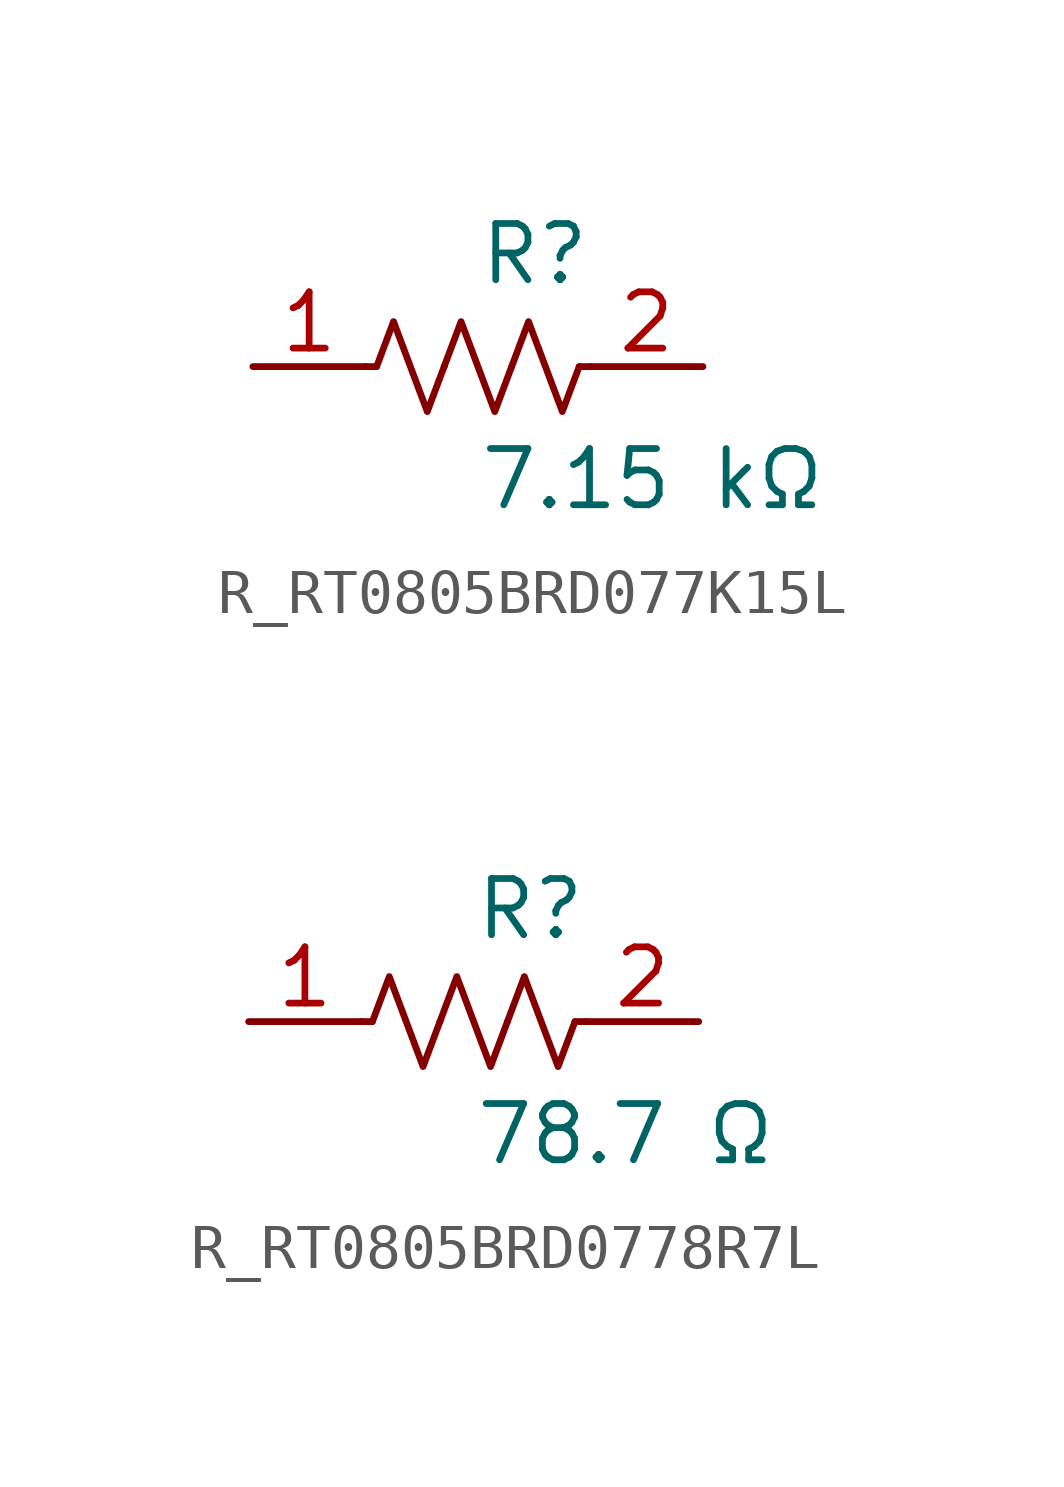
<source format=kicad_sym>
(kicad_symbol_lib
  (version 20231120)
  (generator kicad_symbol_editor)
  (generator_version 8.0)
  (symbol "R_RT0805BRD077K15L"
    (pin_names
      (offset 0.254))
    (property "Reference" "R"
      (at 0.0 2.54 0)
      (effects (font (size 1.27 1.27)) (justify left)))
    (property "Value" "7.15 kΩ"
      (at 0.0 -2.54 0)
      (effects (font (size 1.27 1.27)) (justify left)))
    (symbol "R_RT0805BRD077K15L_0_1"
      (polyline (pts (xy 2.286 0) (xy 2.54 0)) (stroke (width 0) (type default)) (fill (type none)))
      (polyline (pts (xy -2.286 0) (xy -2.54 0)) (stroke (width 0) (type default)) (fill (type none)))
      (polyline (pts (xy 0.762 0) (xy 1.143 1.016) (xy 1.524 0) (xy 1.905 -1.016) (xy 2.286 0)) (stroke (width 0) (type default)) (fill (type none)))
      (polyline (pts (xy -0.762 0) (xy -0.381 1.016) (xy 0 0) (xy 0.381 -1.016) (xy 0.762 0)) (stroke (width 0) (type default)) (fill (type none)))
      (polyline (pts (xy -2.286 0) (xy -1.905 1.016) (xy -1.524 0) (xy -1.143 -1.016) (xy -0.762 0)) (stroke (width 0) (type default)) (fill (type none))))
    (pin unspecified line
      (at -5.08 0 0)
      (length 2.54)
      (name "" (effects (font (size 1.27 1.27))))
      (number "1" (effects (font (size 1.27 1.27)))))
    (pin unspecified line
      (at 5.08 0 180)
      (length 2.54)
      (name "" (effects (font (size 1.27 1.27))))
      (number "2" (effects (font (size 1.27 1.27))))))
  (symbol "R_RT0805BRD0778R7L"
    (pin_names
      (offset 0.254))
    (property "Reference" "R"
      (at 0.0 2.54 0)
      (effects (font (size 1.27 1.27)) (justify left)))
    (property "Value" "78.7 Ω"
      (at 0.0 -2.54 0)
      (effects (font (size 1.27 1.27)) (justify left)))
    (symbol "R_RT0805BRD0778R7L_0_1"
      (polyline (pts (xy 2.286 0) (xy 2.54 0)) (stroke (width 0) (type default)) (fill (type none)))
      (polyline (pts (xy -2.286 0) (xy -2.54 0)) (stroke (width 0) (type default)) (fill (type none)))
      (polyline (pts (xy 0.762 0) (xy 1.143 1.016) (xy 1.524 0) (xy 1.905 -1.016) (xy 2.286 0)) (stroke (width 0) (type default)) (fill (type none)))
      (polyline (pts (xy -0.762 0) (xy -0.381 1.016) (xy 0 0) (xy 0.381 -1.016) (xy 0.762 0)) (stroke (width 0) (type default)) (fill (type none)))
      (polyline (pts (xy -2.286 0) (xy -1.905 1.016) (xy -1.524 0) (xy -1.143 -1.016) (xy -0.762 0)) (stroke (width 0) (type default)) (fill (type none))))
    (pin unspecified line
      (at -5.08 0 0)
      (length 2.54)
      (name "" (effects (font (size 1.27 1.27))))
      (number "1" (effects (font (size 1.27 1.27)))))
    (pin unspecified line
      (at 5.08 0 180)
      (length 2.54)
      (name "" (effects (font (size 1.27 1.27))))
      (number "2" (effects (font (size 1.27 1.27)))))))
</source>
